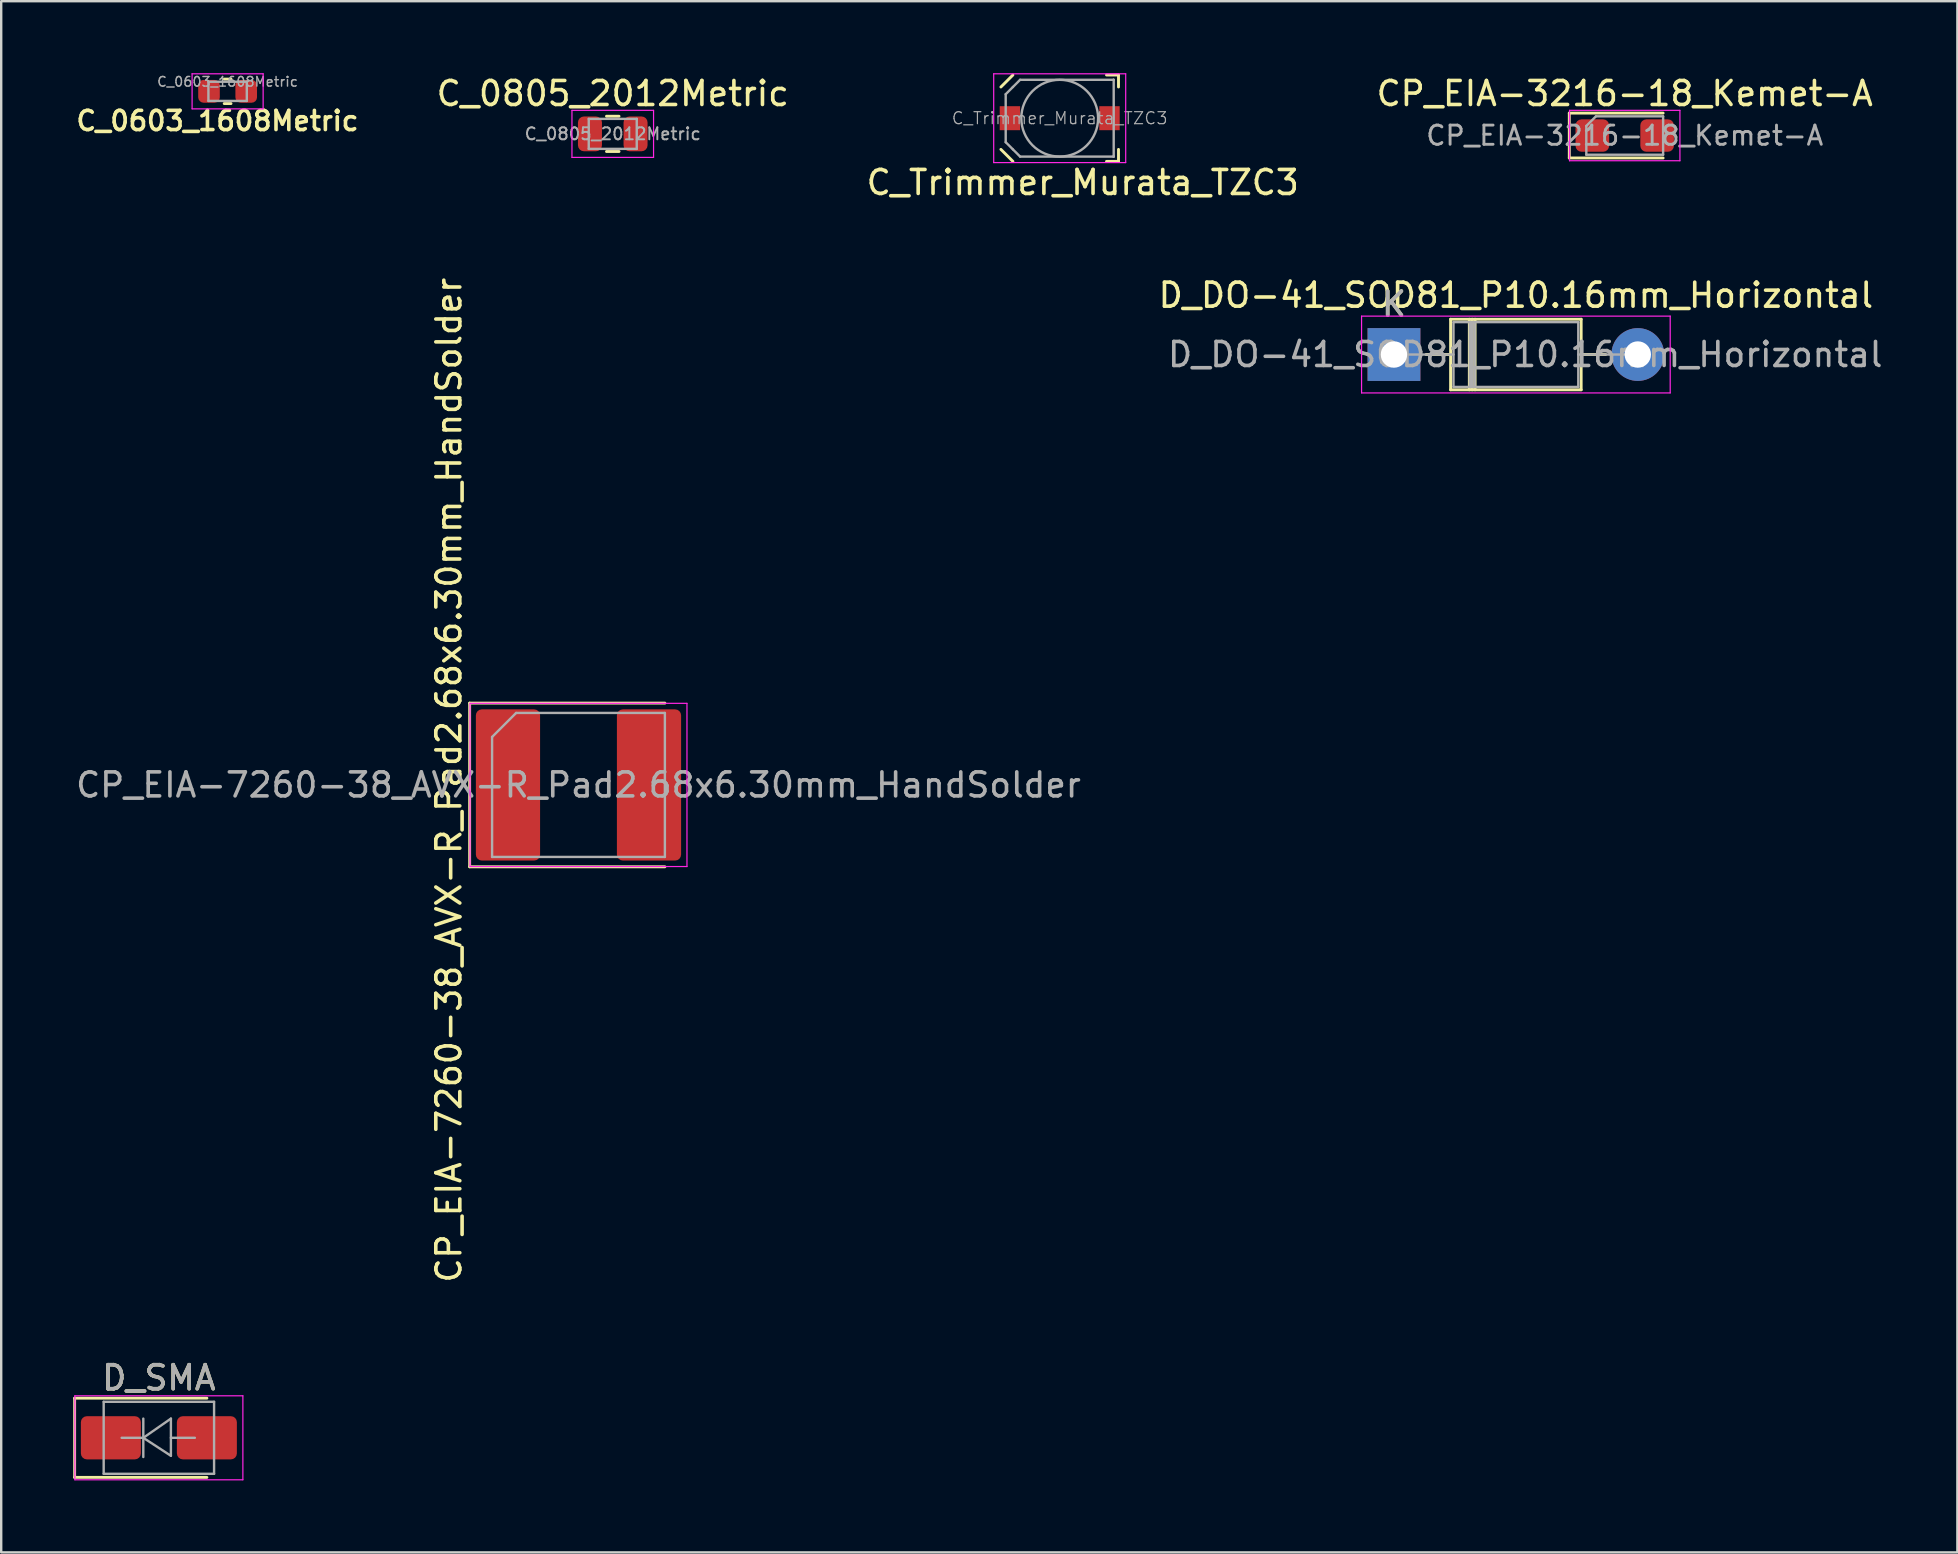
<source format=kicad_pcb>
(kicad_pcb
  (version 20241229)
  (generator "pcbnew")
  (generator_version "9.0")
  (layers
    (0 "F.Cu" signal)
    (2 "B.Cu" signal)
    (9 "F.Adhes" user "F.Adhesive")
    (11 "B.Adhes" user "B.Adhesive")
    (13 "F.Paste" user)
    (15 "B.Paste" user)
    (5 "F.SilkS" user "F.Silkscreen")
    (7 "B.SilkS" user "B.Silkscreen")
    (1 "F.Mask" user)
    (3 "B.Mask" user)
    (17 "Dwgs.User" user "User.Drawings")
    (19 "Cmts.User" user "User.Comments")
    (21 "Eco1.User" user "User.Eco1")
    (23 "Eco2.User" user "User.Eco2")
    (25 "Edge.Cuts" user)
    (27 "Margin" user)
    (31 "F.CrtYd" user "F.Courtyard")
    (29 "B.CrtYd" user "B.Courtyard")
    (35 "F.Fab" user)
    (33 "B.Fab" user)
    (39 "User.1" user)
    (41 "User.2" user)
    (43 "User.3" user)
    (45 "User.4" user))
  (footprint "CP_EIA-7260-38_AVX-R_Pad2.68x6.30mm_HandSolder"
    (layer "F.Cu")
    (at 21.054 29.657)
    (property "Reference" "CP_EIA-7260-38_AVX-R_Pad2.68x6.30mm_HandSolder" (at -5.4 -0.2 90) (layer "F.SilkS") (effects (font (size 1 1) (thickness 0.15))))
    (attr smd)
    (fp_line (start -4.535 -3.41) (end -4.535 3.41) (stroke (width 0.12) (type solid)) (layer "F.SilkS"))
    (fp_line (start -4.535 3.41) (end 3.6 3.41) (stroke (width 0.12) (type solid)) (layer "F.SilkS"))
    (fp_line (start 3.6 -3.41) (end -4.535 -3.41) (stroke (width 0.12) (type solid)) (layer "F.SilkS"))
    (fp_line (start -4.52 -3.4) (end 4.52 -3.4) (stroke (width 0.05) (type solid)) (layer "F.CrtYd"))
    (fp_line (start -4.52 3.4) (end -4.52 -3.4) (stroke (width 0.05) (type solid)) (layer "F.CrtYd"))
    (fp_line (start 4.52 -3.4) (end 4.52 3.4) (stroke (width 0.05) (type solid)) (layer "F.CrtYd"))
    (fp_line (start 4.52 3.4) (end -4.52 3.4) (stroke (width 0.05) (type solid)) (layer "F.CrtYd"))
    (fp_line (start -3.6 -2) (end -3.6 3) (stroke (width 0.1) (type solid)) (layer "F.Fab"))
    (fp_line (start -3.6 3) (end 3.6 3) (stroke (width 0.1) (type solid)) (layer "F.Fab"))
    (fp_line (start -2.6 -3) (end -3.6 -2) (stroke (width 0.1) (type solid)) (layer "F.Fab"))
    (fp_line (start 3.6 -3) (end -2.6 -3) (stroke (width 0.1) (type solid)) (layer "F.Fab"))
    (fp_line (start 3.6 3) (end 3.6 -3) (stroke (width 0.1) (type solid)) (layer "F.Fab"))
    (fp_text user "${REFERENCE}" (at 0 0 0) (layer "F.Fab") (effects (font (size 1 1) (thickness 0.15))))
    (pad "1" smd roundrect (at -2.938 0) (size 2.675 6.3) (layers "F.Cu" "F.Mask" "F.Paste") (roundrect_rratio 0.093))
    (pad "2" smd roundrect (at 2.938 0) (size 2.675 6.3) (layers "F.Cu" "F.Mask" "F.Paste") (roundrect_rratio 0.093)))
  (footprint "C_Trimmer_Murata_TZC3"
    (placed yes)
    (layer "F.Cu")
    (at 41.105 1.875)
    (property "Reference" "C_Trimmer_Murata_TZC3" (at 0.96 2.68 0) (layer "F.SilkS") (effects (font (size 1 1) (thickness 0.15))))
    (attr smd)
    (fp_line (start -2.45 -1.3) (end -1.95 -1.8) (stroke (width 0.12) (type solid)) (layer "F.SilkS"))
    (fp_line (start -2.45 1.3) (end -1.95 1.8) (stroke (width 0.12) (type solid)) (layer "F.SilkS"))
    (fp_line (start 2.45 -1.8) (end 1.95 -1.8) (stroke (width 0.12) (type solid)) (layer "F.SilkS"))
    (fp_line (start 2.45 -1.8) (end 2.45 -1.3) (stroke (width 0.12) (type solid)) (layer "F.SilkS"))
    (fp_line (start 2.45 1.8) (end 1.95 1.8) (stroke (width 0.12) (type solid)) (layer "F.SilkS"))
    (fp_line (start 2.45 1.8) (end 2.45 1.3) (stroke (width 0.12) (type solid)) (layer "F.SilkS"))
    (fp_line (start -2.75 -1.85) (end -2.75 1.85) (stroke (width 0.05) (type solid)) (layer "F.CrtYd"))
    (fp_line (start -2.75 1.85) (end 2.75 1.85) (stroke (width 0.05) (type solid)) (layer "F.CrtYd"))
    (fp_line (start 2.75 -1.85) (end -2.75 -1.85) (stroke (width 0.05) (type solid)) (layer "F.CrtYd"))
    (fp_line (start 2.75 1.85) (end 2.75 -1.85) (stroke (width 0.05) (type solid)) (layer "F.CrtYd"))
    (fp_line (start -2.25 -1) (end -1.95 -1.3) (stroke (width 0.1) (type solid)) (layer "F.Fab"))
    (fp_line (start -2.25 1) (end -2.25 -1) (stroke (width 0.1) (type solid)) (layer "F.Fab"))
    (fp_line (start -1.95 -1.3) (end -1.65 -1.6) (stroke (width 0.1) (type solid)) (layer "F.Fab"))
    (fp_line (start -1.95 1.3) (end -2.25 1) (stroke (width 0.1) (type solid)) (layer "F.Fab"))
    (fp_line (start -1.65 -1.6) (end 2.24 -1.6) (stroke (width 0.1) (type solid)) (layer "F.Fab"))
    (fp_line (start -1.65 1.6) (end -1.95 1.3) (stroke (width 0.1) (type solid)) (layer "F.Fab"))
    (fp_line (start 2.24 -1.6) (end 2.25 -1.6) (stroke (width 0.1) (type solid)) (layer "F.Fab"))
    (fp_line (start 2.24 1.6) (end -1.65 1.6) (stroke (width 0.1) (type solid)) (layer "F.Fab"))
    (fp_line (start 2.25 -1.6) (end 2.25 -1.59) (stroke (width 0.1) (type solid)) (layer "F.Fab"))
    (fp_line (start 2.25 -1.59) (end 2.25 1.59) (stroke (width 0.1) (type solid)) (layer "F.Fab"))
    (fp_line (start 2.25 1.59) (end 2.25 1.6) (stroke (width 0.1) (type solid)) (layer "F.Fab"))
    (fp_line (start 2.25 1.6) (end 2.24 1.6) (stroke (width 0.1) (type solid)) (layer "F.Fab"))
    (fp_circle (center 0 0) (end 1.6 0) (stroke (width 0.1) (type solid)) (fill no) (layer "F.Fab"))
    (fp_text user "${REFERENCE}" (at 0 0 0) (layer "F.Fab") (effects (font (size 0.5 0.5) (thickness 0.05))))
    (pad "1" smd rect (at -2.075 0) (size 0.85 1) (layers "F.Cu" "F.Mask" "F.Paste"))
    (pad "2" smd rect (at 2.075 0) (size 0.85 1) (layers "F.Cu" "F.Mask" "F.Paste")))
  (footprint "D_DO-41_SOD81_P10.16mm_Horizontal"
    (layer "F.Cu")
    (at 55.033 11.722)
    (property "Reference" "D_DO-41_SOD81_P10.16mm_Horizontal" (at 5.08 -2.47 0) (layer "F.SilkS") (effects (font (size 1 1) (thickness 0.15))))
    (attr through_hole)
    (fp_line (start 1.34 0) (end 2.36 0) (stroke (width 0.12) (type solid)) (layer "F.SilkS"))
    (fp_line (start 2.36 -1.47) (end 2.36 1.47) (stroke (width 0.12) (type solid)) (layer "F.SilkS"))
    (fp_line (start 2.36 1.47) (end 7.8 1.47) (stroke (width 0.12) (type solid)) (layer "F.SilkS"))
    (fp_line (start 3.14 -1.47) (end 3.14 1.47) (stroke (width 0.12) (type solid)) (layer "F.SilkS"))
    (fp_line (start 3.26 -1.47) (end 3.26 1.47) (stroke (width 0.12) (type solid)) (layer "F.SilkS"))
    (fp_line (start 3.38 -1.47) (end 3.38 1.47) (stroke (width 0.12) (type solid)) (layer "F.SilkS"))
    (fp_line (start 7.8 -1.47) (end 2.36 -1.47) (stroke (width 0.12) (type solid)) (layer "F.SilkS"))
    (fp_line (start 7.8 1.47) (end 7.8 -1.47) (stroke (width 0.12) (type solid)) (layer "F.SilkS"))
    (fp_line (start 8.82 0) (end 7.8 0) (stroke (width 0.12) (type solid)) (layer "F.SilkS"))
    (fp_line (start -1.35 -1.6) (end -1.35 1.6) (stroke (width 0.05) (type solid)) (layer "F.CrtYd"))
    (fp_line (start -1.35 1.6) (end 11.51 1.6) (stroke (width 0.05) (type solid)) (layer "F.CrtYd"))
    (fp_line (start 11.51 -1.6) (end -1.35 -1.6) (stroke (width 0.05) (type solid)) (layer "F.CrtYd"))
    (fp_line (start 11.51 1.6) (end 11.51 -1.6) (stroke (width 0.05) (type solid)) (layer "F.CrtYd"))
    (fp_line (start 0 0) (end 2.48 0) (stroke (width 0.1) (type solid)) (layer "F.Fab"))
    (fp_line (start 2.48 -1.35) (end 2.48 1.35) (stroke (width 0.1) (type solid)) (layer "F.Fab"))
    (fp_line (start 2.48 1.35) (end 7.68 1.35) (stroke (width 0.1) (type solid)) (layer "F.Fab"))
    (fp_line (start 3.16 -1.35) (end 3.16 1.35) (stroke (width 0.1) (type solid)) (layer "F.Fab"))
    (fp_line (start 3.26 -1.35) (end 3.26 1.35) (stroke (width 0.1) (type solid)) (layer "F.Fab"))
    (fp_line (start 3.36 -1.35) (end 3.36 1.35) (stroke (width 0.1) (type solid)) (layer "F.Fab"))
    (fp_line (start 7.68 -1.35) (end 2.48 -1.35) (stroke (width 0.1) (type solid)) (layer "F.Fab"))
    (fp_line (start 7.68 1.35) (end 7.68 -1.35) (stroke (width 0.1) (type solid)) (layer "F.Fab"))
    (fp_line (start 10.16 0) (end 7.68 0) (stroke (width 0.1) (type solid)) (layer "F.Fab"))
    (fp_text user "K" (at 0 -2.1 0) (layer "F.SilkS") (effects (font (size 1 1) (thickness 0.15))))
    (fp_text user "K" (at 0 -2.1 0) (layer "F.Fab") (effects (font (size 1 1) (thickness 0.15))))
    (fp_text user "${REFERENCE}" (at 5.47 0 0) (layer "F.Fab") (effects (font (size 1 1) (thickness 0.15))))
    (pad "1" thru_hole rect (at 0 0) (size 2.2 2.2) (drill 1.1) (layers "*.Cu" "*.Mask"))
    (pad "2" thru_hole oval (at 10.16 0) (size 2.2 2.2) (drill 1.1) (layers "*.Cu" "*.Mask")))
  (footprint "CP_EIA-3216-18_Kemet-A"
    (layer "F.Cu")
    (at 64.648 2.598)
    (property "Reference" "CP_EIA-3216-18_Kemet-A" (at 0 -1.75 0) (layer "F.SilkS") (effects (font (size 1 1) (thickness 0.15))))
    (attr smd)
    (fp_line (start -2.31 -0.935) (end -2.31 0.935) (stroke (width 0.12) (type solid)) (layer "F.SilkS"))
    (fp_line (start -2.31 0.935) (end 1.6 0.935) (stroke (width 0.12) (type solid)) (layer "F.SilkS"))
    (fp_line (start 1.6 -0.935) (end -2.31 -0.935) (stroke (width 0.12) (type solid)) (layer "F.SilkS"))
    (fp_line (start -2.3 -1.05) (end 2.3 -1.05) (stroke (width 0.05) (type solid)) (layer "F.CrtYd"))
    (fp_line (start -2.3 1.05) (end -2.3 -1.05) (stroke (width 0.05) (type solid)) (layer "F.CrtYd"))
    (fp_line (start 2.3 -1.05) (end 2.3 1.05) (stroke (width 0.05) (type solid)) (layer "F.CrtYd"))
    (fp_line (start 2.3 1.05) (end -2.3 1.05) (stroke (width 0.05) (type solid)) (layer "F.CrtYd"))
    (fp_line (start -1.6 -0.4) (end -1.6 0.8) (stroke (width 0.1) (type solid)) (layer "F.Fab"))
    (fp_line (start -1.6 0.8) (end 1.6 0.8) (stroke (width 0.1) (type solid)) (layer "F.Fab"))
    (fp_line (start -1.2 -0.8) (end -1.6 -0.4) (stroke (width 0.1) (type solid)) (layer "F.Fab"))
    (fp_line (start 1.6 -0.8) (end -1.2 -0.8) (stroke (width 0.1) (type solid)) (layer "F.Fab"))
    (fp_line (start 1.6 0.8) (end 1.6 -0.8) (stroke (width 0.1) (type solid)) (layer "F.Fab"))
    (fp_text user "${REFERENCE}" (at 0 0 0) (layer "F.Fab") (effects (font (size 0.8 0.8) (thickness 0.12))))
    (pad "1" smd roundrect (at -1.35 0) (size 1.4 1.35) (layers "F.Cu" "F.Mask" "F.Paste") (roundrect_rratio 0.185))
    (pad "2" smd roundrect (at 1.35 0) (size 1.4 1.35) (layers "F.Cu" "F.Mask" "F.Paste") (roundrect_rratio 0.185)))
  (footprint "D_SMA"
    (layer "F.Cu")
    (at 3.57 56.859)
    (property "Reference" "D_SMA" (at 0 -2.5 180) (layer "F.SilkS") (effects (font (size 1 1) (thickness 0.15))))
    (attr smd)
    (fp_line (start -3.51 -1.65) (end -3.51 1.65) (stroke (width 0.12) (type solid)) (layer "F.SilkS"))
    (fp_line (start -3.51 -1.65) (end 2 -1.65) (stroke (width 0.12) (type solid)) (layer "F.SilkS"))
    (fp_line (start -3.51 1.65) (end 2 1.65) (stroke (width 0.12) (type solid)) (layer "F.SilkS"))
    (fp_line (start -3.5 -1.75) (end 3.5 -1.75) (stroke (width 0.05) (type solid)) (layer "F.CrtYd"))
    (fp_line (start -3.5 1.75) (end -3.5 -1.75) (stroke (width 0.05) (type solid)) (layer "F.CrtYd"))
    (fp_line (start 3.5 -1.75) (end 3.5 1.75) (stroke (width 0.05) (type solid)) (layer "F.CrtYd"))
    (fp_line (start 3.5 1.75) (end -3.5 1.75) (stroke (width 0.05) (type solid)) (layer "F.CrtYd"))
    (fp_line (start -2.3 1.5) (end -2.3 -1.5) (stroke (width 0.1) (type solid)) (layer "F.Fab"))
    (fp_line (start -0.649 -0.799) (end -0.649 0.801) (stroke (width 0.1) (type solid)) (layer "F.Fab"))
    (fp_line (start -0.649 0.001) (end -1.551 0.001) (stroke (width 0.1) (type solid)) (layer "F.Fab"))
    (fp_line (start -0.649 0.001) (end 0.501 -0.799) (stroke (width 0.1) (type solid)) (layer "F.Fab"))
    (fp_line (start -0.649 0.001) (end 0.501 0.75) (stroke (width 0.1) (type solid)) (layer "F.Fab"))
    (fp_line (start 0.501 0.001) (end 1.499 0.001) (stroke (width 0.1) (type solid)) (layer "F.Fab"))
    (fp_line (start 0.501 0.75) (end 0.501 -0.799) (stroke (width 0.1) (type solid)) (layer "F.Fab"))
    (fp_line (start 2.3 -1.5) (end -2.3 -1.5) (stroke (width 0.1) (type solid)) (layer "F.Fab"))
    (fp_line (start 2.3 -1.5) (end 2.3 1.5) (stroke (width 0.1) (type solid)) (layer "F.Fab"))
    (fp_line (start 2.3 1.5) (end -2.3 1.5) (stroke (width 0.1) (type solid)) (layer "F.Fab"))
    (fp_text user "${REFERENCE}" (at 0 -2.5 180) (layer "F.Fab") (effects (font (size 1 1) (thickness 0.15))))
    (pad "1" smd roundrect (at -2 0) (size 2.5 1.8) (layers "F.Cu" "F.Mask" "F.Paste") (roundrect_rratio 0.139))
    (pad "2" smd roundrect (at 2 0) (size 2.5 1.8) (layers "F.Cu" "F.Mask" "F.Paste") (roundrect_rratio 0.139)))
  (footprint "C_0805_2012Metric"
    (layer "F.Cu")
    (at 22.482 2.528)
    (property "Reference" "C_0805_2012Metric" (at 0 -1.68 0) (layer "F.SilkS") (effects (font (size 1 1) (thickness 0.15))))
    (attr smd)
    (fp_line (start -0.261 -0.735) (end 0.261 -0.735) (stroke (width 0.12) (type solid)) (layer "F.SilkS"))
    (fp_line (start -0.261 0.735) (end 0.261 0.735) (stroke (width 0.12) (type solid)) (layer "F.SilkS"))
    (fp_line (start -1.7 -0.98) (end 1.7 -0.98) (stroke (width 0.05) (type solid)) (layer "F.CrtYd"))
    (fp_line (start -1.7 0.98) (end -1.7 -0.98) (stroke (width 0.05) (type solid)) (layer "F.CrtYd"))
    (fp_line (start 1.7 -0.98) (end 1.7 0.98) (stroke (width 0.05) (type solid)) (layer "F.CrtYd"))
    (fp_line (start 1.7 0.98) (end -1.7 0.98) (stroke (width 0.05) (type solid)) (layer "F.CrtYd"))
    (fp_line (start -1 -0.625) (end 1 -0.625) (stroke (width 0.1) (type solid)) (layer "F.Fab"))
    (fp_line (start -1 0.625) (end -1 -0.625) (stroke (width 0.1) (type solid)) (layer "F.Fab"))
    (fp_line (start 1 -0.625) (end 1 0.625) (stroke (width 0.1) (type solid)) (layer "F.Fab"))
    (fp_line (start 1 0.625) (end -1 0.625) (stroke (width 0.1) (type solid)) (layer "F.Fab"))
    (fp_text user "${REFERENCE}" (at 0 0 0) (layer "F.Fab") (effects (font (size 0.5 0.5) (thickness 0.08))))
    (pad "1" smd roundrect (at -0.95 0) (size 1 1.45) (layers "F.Cu" "F.Mask" "F.Paste") (roundrect_rratio 0.25))
    (pad "2" smd roundrect (at 0.95 0) (size 1 1.45) (layers "F.Cu" "F.Mask" "F.Paste") (roundrect_rratio 0.25)))
  (footprint "C_0603_1608Metric"
    (placed yes)
    (layer "F.Cu")
    (at 6.434 0.755)
    (property "Reference" "C_0603_1608Metric" (at -0.422 1.231 180) (layer "F.SilkS") (effects (font (size 0.8 0.8) (thickness 0.15))))
    (attr smd)
    (fp_line (start -0.141 -0.51) (end 0.141 -0.51) (stroke (width 0.12) (type solid)) (layer "F.SilkS"))
    (fp_line (start -0.141 0.51) (end 0.141 0.51) (stroke (width 0.12) (type solid)) (layer "F.SilkS"))
    (fp_line (start -1.48 -0.73) (end 1.48 -0.73) (stroke (width 0.05) (type solid)) (layer "F.CrtYd"))
    (fp_line (start -1.48 0.73) (end -1.48 -0.73) (stroke (width 0.05) (type solid)) (layer "F.CrtYd"))
    (fp_line (start 1.48 -0.73) (end 1.48 0.73) (stroke (width 0.05) (type solid)) (layer "F.CrtYd"))
    (fp_line (start 1.48 0.73) (end -1.48 0.73) (stroke (width 0.05) (type solid)) (layer "F.CrtYd"))
    (fp_line (start -0.8 -0.4) (end 0.8 -0.4) (stroke (width 0.1) (type solid)) (layer "F.Fab"))
    (fp_line (start -0.8 0.4) (end -0.8 -0.4) (stroke (width 0.1) (type solid)) (layer "F.Fab"))
    (fp_line (start 0.8 -0.4) (end 0.8 0.4) (stroke (width 0.1) (type solid)) (layer "F.Fab"))
    (fp_line (start 0.8 0.4) (end -0.8 0.4) (stroke (width 0.1) (type solid)) (layer "F.Fab"))
    (fp_text user "${REFERENCE}" (at 0 -0.4 0) (layer "F.Fab") (effects (font (size 0.4 0.4) (thickness 0.06))))
    (pad "1" smd roundrect (at -0.775 0) (size 0.9 0.95) (layers "F.Cu" "F.Mask" "F.Paste") (roundrect_rratio 0.25))
    (pad "2" smd roundrect (at 0.775 0) (size 0.9 0.95) (layers "F.Cu" "F.Mask" "F.Paste") (roundrect_rratio 0.25)))
  (gr_rect
    (start -3 -3)
    (end 78.509 61.634)
    (stroke (width 0.1) (type default))
    (fill no)
    (layer "Edge.Cuts")))
</source>
